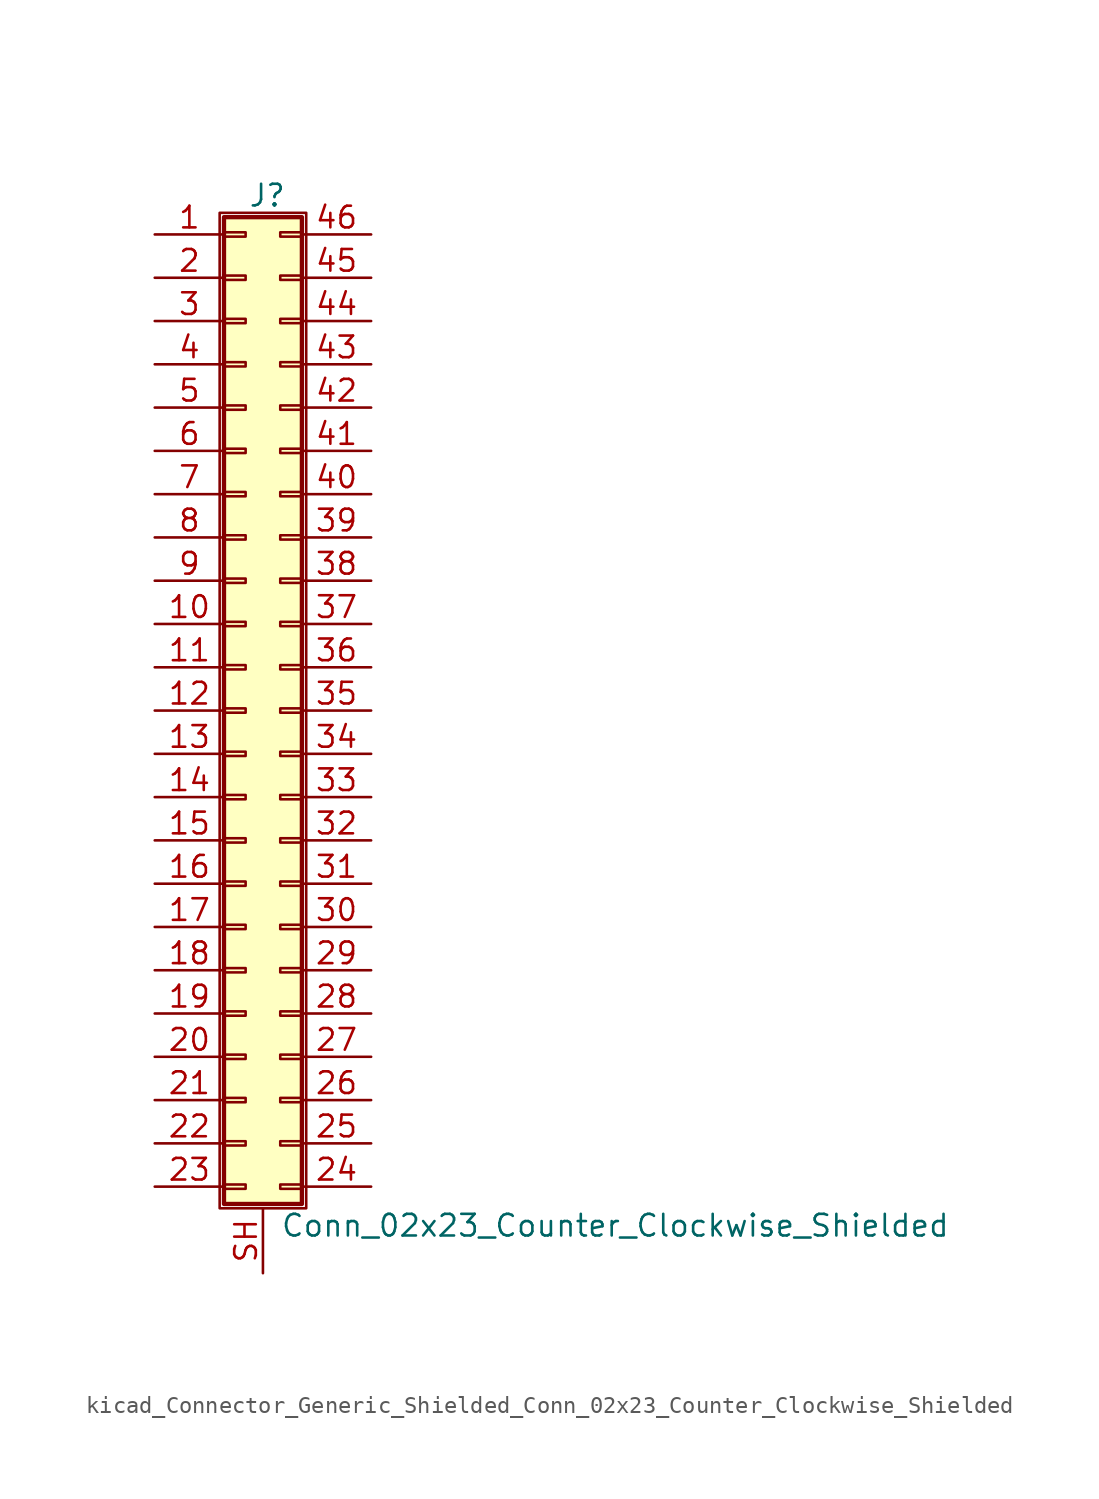
<source format=kicad_sym>
(kicad_symbol_lib
  (version 20220914)
  (generator kicad_symbol_editor)
  (symbol "kicad_Connector_Generic_Shielded_Conn_02x23_Counter_Clockwise_Shielded"
    (pin_names
      (offset 1.016) hide)
    (property "Reference" "J"
      (at 1.524 30.226 0)
      (effects (font (size 1.27 1.27))))
    (property "Value" "Conn_02x23_Counter_Clockwise_Shielded"
      (at 2.286 -30.226 0)
      (effects (font (size 1.27 1.27)) (justify left)))
    (symbol "kicad_Connector_Generic_Shielded_Conn_02x23_Counter_Clockwise_Shielded_1_1"
      (rectangle (start -1.27 29.21) (end 3.81 -29.21) (stroke (width 0.152) (type default)) (fill (type none)))
      (rectangle (start -1.016 -27.813) (end 0.254 -28.067) (stroke (width 0.152) (type default)) (fill (type none)))
      (rectangle (start -1.016 -25.273) (end 0.254 -25.527) (stroke (width 0.152) (type default)) (fill (type none)))
      (rectangle (start -1.016 -22.733) (end 0.254 -22.987) (stroke (width 0.152) (type default)) (fill (type none)))
      (rectangle (start -1.016 -20.193) (end 0.254 -20.447) (stroke (width 0.152) (type default)) (fill (type none)))
      (rectangle (start -1.016 -17.653) (end 0.254 -17.907) (stroke (width 0.152) (type default)) (fill (type none)))
      (rectangle (start -1.016 -15.113) (end 0.254 -15.367) (stroke (width 0.152) (type default)) (fill (type none)))
      (rectangle (start -1.016 -12.573) (end 0.254 -12.827) (stroke (width 0.152) (type default)) (fill (type none)))
      (rectangle (start -1.016 -10.033) (end 0.254 -10.287) (stroke (width 0.152) (type default)) (fill (type none)))
      (rectangle (start -1.016 -7.493) (end 0.254 -7.747) (stroke (width 0.152) (type default)) (fill (type none)))
      (rectangle (start -1.016 -4.953) (end 0.254 -5.207) (stroke (width 0.152) (type default)) (fill (type none)))
      (rectangle (start -1.016 -2.413) (end 0.254 -2.667) (stroke (width 0.152) (type default)) (fill (type none)))
      (rectangle (start -1.016 0.127) (end 0.254 -0.127) (stroke (width 0.152) (type default)) (fill (type none)))
      (rectangle (start -1.016 2.667) (end 0.254 2.413) (stroke (width 0.152) (type default)) (fill (type none)))
      (rectangle (start -1.016 5.207) (end 0.254 4.953) (stroke (width 0.152) (type default)) (fill (type none)))
      (rectangle (start -1.016 7.747) (end 0.254 7.493) (stroke (width 0.152) (type default)) (fill (type none)))
      (rectangle (start -1.016 10.287) (end 0.254 10.033) (stroke (width 0.152) (type default)) (fill (type none)))
      (rectangle (start -1.016 12.827) (end 0.254 12.573) (stroke (width 0.152) (type default)) (fill (type none)))
      (rectangle (start -1.016 15.367) (end 0.254 15.113) (stroke (width 0.152) (type default)) (fill (type none)))
      (rectangle (start -1.016 17.907) (end 0.254 17.653) (stroke (width 0.152) (type default)) (fill (type none)))
      (rectangle (start -1.016 20.447) (end 0.254 20.193) (stroke (width 0.152) (type default)) (fill (type none)))
      (rectangle (start -1.016 22.987) (end 0.254 22.733) (stroke (width 0.152) (type default)) (fill (type none)))
      (rectangle (start -1.016 25.527) (end 0.254 25.273) (stroke (width 0.152) (type default)) (fill (type none)))
      (rectangle (start -1.016 28.067) (end 0.254 27.813) (stroke (width 0.152) (type default)) (fill (type none)))
      (rectangle (start -1.016 28.956) (end 3.556 -28.956) (stroke (width 0.254) (type default)) (fill (type background)))
      (rectangle (start 3.556 -27.813) (end 2.286 -28.067) (stroke (width 0.152) (type default)) (fill (type none)))
      (rectangle (start 3.556 -25.273) (end 2.286 -25.527) (stroke (width 0.152) (type default)) (fill (type none)))
      (rectangle (start 3.556 -22.733) (end 2.286 -22.987) (stroke (width 0.152) (type default)) (fill (type none)))
      (rectangle (start 3.556 -20.193) (end 2.286 -20.447) (stroke (width 0.152) (type default)) (fill (type none)))
      (rectangle (start 3.556 -17.653) (end 2.286 -17.907) (stroke (width 0.152) (type default)) (fill (type none)))
      (rectangle (start 3.556 -15.113) (end 2.286 -15.367) (stroke (width 0.152) (type default)) (fill (type none)))
      (rectangle (start 3.556 -12.573) (end 2.286 -12.827) (stroke (width 0.152) (type default)) (fill (type none)))
      (rectangle (start 3.556 -10.033) (end 2.286 -10.287) (stroke (width 0.152) (type default)) (fill (type none)))
      (rectangle (start 3.556 -7.493) (end 2.286 -7.747) (stroke (width 0.152) (type default)) (fill (type none)))
      (rectangle (start 3.556 -4.953) (end 2.286 -5.207) (stroke (width 0.152) (type default)) (fill (type none)))
      (rectangle (start 3.556 -2.413) (end 2.286 -2.667) (stroke (width 0.152) (type default)) (fill (type none)))
      (rectangle (start 3.556 0.127) (end 2.286 -0.127) (stroke (width 0.152) (type default)) (fill (type none)))
      (rectangle (start 3.556 2.667) (end 2.286 2.413) (stroke (width 0.152) (type default)) (fill (type none)))
      (rectangle (start 3.556 5.207) (end 2.286 4.953) (stroke (width 0.152) (type default)) (fill (type none)))
      (rectangle (start 3.556 7.747) (end 2.286 7.493) (stroke (width 0.152) (type default)) (fill (type none)))
      (rectangle (start 3.556 10.287) (end 2.286 10.033) (stroke (width 0.152) (type default)) (fill (type none)))
      (rectangle (start 3.556 12.827) (end 2.286 12.573) (stroke (width 0.152) (type default)) (fill (type none)))
      (rectangle (start 3.556 15.367) (end 2.286 15.113) (stroke (width 0.152) (type default)) (fill (type none)))
      (rectangle (start 3.556 17.907) (end 2.286 17.653) (stroke (width 0.152) (type default)) (fill (type none)))
      (rectangle (start 3.556 20.447) (end 2.286 20.193) (stroke (width 0.152) (type default)) (fill (type none)))
      (rectangle (start 3.556 22.987) (end 2.286 22.733) (stroke (width 0.152) (type default)) (fill (type none)))
      (rectangle (start 3.556 25.527) (end 2.286 25.273) (stroke (width 0.152) (type default)) (fill (type none)))
      (rectangle (start 3.556 28.067) (end 2.286 27.813) (stroke (width 0.152) (type default)) (fill (type none)))
      (pin passive line (at -5.08 27.94 0) (length 4.064) (name "Pin_1" (effects (font (size 1.27 1.27)))) (number "1" (effects (font (size 1.27 1.27)))))
      (pin passive line (at -5.08 5.08 0) (length 4.064) (name "Pin_10" (effects (font (size 1.27 1.27)))) (number "10" (effects (font (size 1.27 1.27)))))
      (pin passive line (at -5.08 2.54 0) (length 4.064) (name "Pin_11" (effects (font (size 1.27 1.27)))) (number "11" (effects (font (size 1.27 1.27)))))
      (pin passive line (at -5.08 0 0) (length 4.064) (name "Pin_12" (effects (font (size 1.27 1.27)))) (number "12" (effects (font (size 1.27 1.27)))))
      (pin passive line (at -5.08 -2.54 0) (length 4.064) (name "Pin_13" (effects (font (size 1.27 1.27)))) (number "13" (effects (font (size 1.27 1.27)))))
      (pin passive line (at -5.08 -5.08 0) (length 4.064) (name "Pin_14" (effects (font (size 1.27 1.27)))) (number "14" (effects (font (size 1.27 1.27)))))
      (pin passive line (at -5.08 -7.62 0) (length 4.064) (name "Pin_15" (effects (font (size 1.27 1.27)))) (number "15" (effects (font (size 1.27 1.27)))))
      (pin passive line (at -5.08 -10.16 0) (length 4.064) (name "Pin_16" (effects (font (size 1.27 1.27)))) (number "16" (effects (font (size 1.27 1.27)))))
      (pin passive line (at -5.08 -12.7 0) (length 4.064) (name "Pin_17" (effects (font (size 1.27 1.27)))) (number "17" (effects (font (size 1.27 1.27)))))
      (pin passive line (at -5.08 -15.24 0) (length 4.064) (name "Pin_18" (effects (font (size 1.27 1.27)))) (number "18" (effects (font (size 1.27 1.27)))))
      (pin passive line (at -5.08 -17.78 0) (length 4.064) (name "Pin_19" (effects (font (size 1.27 1.27)))) (number "19" (effects (font (size 1.27 1.27)))))
      (pin passive line (at -5.08 25.4 0) (length 4.064) (name "Pin_2" (effects (font (size 1.27 1.27)))) (number "2" (effects (font (size 1.27 1.27)))))
      (pin passive line (at -5.08 -20.32 0) (length 4.064) (name "Pin_20" (effects (font (size 1.27 1.27)))) (number "20" (effects (font (size 1.27 1.27)))))
      (pin passive line (at -5.08 -22.86 0) (length 4.064) (name "Pin_21" (effects (font (size 1.27 1.27)))) (number "21" (effects (font (size 1.27 1.27)))))
      (pin passive line (at -5.08 -25.4 0) (length 4.064) (name "Pin_22" (effects (font (size 1.27 1.27)))) (number "22" (effects (font (size 1.27 1.27)))))
      (pin passive line (at -5.08 -27.94 0) (length 4.064) (name "Pin_23" (effects (font (size 1.27 1.27)))) (number "23" (effects (font (size 1.27 1.27)))))
      (pin passive line (at 7.62 -27.94 180) (length 4.064) (name "Pin_24" (effects (font (size 1.27 1.27)))) (number "24" (effects (font (size 1.27 1.27)))))
      (pin passive line (at 7.62 -25.4 180) (length 4.064) (name "Pin_25" (effects (font (size 1.27 1.27)))) (number "25" (effects (font (size 1.27 1.27)))))
      (pin passive line (at 7.62 -22.86 180) (length 4.064) (name "Pin_26" (effects (font (size 1.27 1.27)))) (number "26" (effects (font (size 1.27 1.27)))))
      (pin passive line (at 7.62 -20.32 180) (length 4.064) (name "Pin_27" (effects (font (size 1.27 1.27)))) (number "27" (effects (font (size 1.27 1.27)))))
      (pin passive line (at 7.62 -17.78 180) (length 4.064) (name "Pin_28" (effects (font (size 1.27 1.27)))) (number "28" (effects (font (size 1.27 1.27)))))
      (pin passive line (at 7.62 -15.24 180) (length 4.064) (name "Pin_29" (effects (font (size 1.27 1.27)))) (number "29" (effects (font (size 1.27 1.27)))))
      (pin passive line (at -5.08 22.86 0) (length 4.064) (name "Pin_3" (effects (font (size 1.27 1.27)))) (number "3" (effects (font (size 1.27 1.27)))))
      (pin passive line (at 7.62 -12.7 180) (length 4.064) (name "Pin_30" (effects (font (size 1.27 1.27)))) (number "30" (effects (font (size 1.27 1.27)))))
      (pin passive line (at 7.62 -10.16 180) (length 4.064) (name "Pin_31" (effects (font (size 1.27 1.27)))) (number "31" (effects (font (size 1.27 1.27)))))
      (pin passive line (at 7.62 -7.62 180) (length 4.064) (name "Pin_32" (effects (font (size 1.27 1.27)))) (number "32" (effects (font (size 1.27 1.27)))))
      (pin passive line (at 7.62 -5.08 180) (length 4.064) (name "Pin_33" (effects (font (size 1.27 1.27)))) (number "33" (effects (font (size 1.27 1.27)))))
      (pin passive line (at 7.62 -2.54 180) (length 4.064) (name "Pin_34" (effects (font (size 1.27 1.27)))) (number "34" (effects (font (size 1.27 1.27)))))
      (pin passive line (at 7.62 0 180) (length 4.064) (name "Pin_35" (effects (font (size 1.27 1.27)))) (number "35" (effects (font (size 1.27 1.27)))))
      (pin passive line (at 7.62 2.54 180) (length 4.064) (name "Pin_36" (effects (font (size 1.27 1.27)))) (number "36" (effects (font (size 1.27 1.27)))))
      (pin passive line (at 7.62 5.08 180) (length 4.064) (name "Pin_37" (effects (font (size 1.27 1.27)))) (number "37" (effects (font (size 1.27 1.27)))))
      (pin passive line (at 7.62 7.62 180) (length 4.064) (name "Pin_38" (effects (font (size 1.27 1.27)))) (number "38" (effects (font (size 1.27 1.27)))))
      (pin passive line (at 7.62 10.16 180) (length 4.064) (name "Pin_39" (effects (font (size 1.27 1.27)))) (number "39" (effects (font (size 1.27 1.27)))))
      (pin passive line (at -5.08 20.32 0) (length 4.064) (name "Pin_4" (effects (font (size 1.27 1.27)))) (number "4" (effects (font (size 1.27 1.27)))))
      (pin passive line (at 7.62 12.7 180) (length 4.064) (name "Pin_40" (effects (font (size 1.27 1.27)))) (number "40" (effects (font (size 1.27 1.27)))))
      (pin passive line (at 7.62 15.24 180) (length 4.064) (name "Pin_41" (effects (font (size 1.27 1.27)))) (number "41" (effects (font (size 1.27 1.27)))))
      (pin passive line (at 7.62 17.78 180) (length 4.064) (name "Pin_42" (effects (font (size 1.27 1.27)))) (number "42" (effects (font (size 1.27 1.27)))))
      (pin passive line (at 7.62 20.32 180) (length 4.064) (name "Pin_43" (effects (font (size 1.27 1.27)))) (number "43" (effects (font (size 1.27 1.27)))))
      (pin passive line (at 7.62 22.86 180) (length 4.064) (name "Pin_44" (effects (font (size 1.27 1.27)))) (number "44" (effects (font (size 1.27 1.27)))))
      (pin passive line (at 7.62 25.4 180) (length 4.064) (name "Pin_45" (effects (font (size 1.27 1.27)))) (number "45" (effects (font (size 1.27 1.27)))))
      (pin passive line (at 7.62 27.94 180) (length 4.064) (name "Pin_46" (effects (font (size 1.27 1.27)))) (number "46" (effects (font (size 1.27 1.27)))))
      (pin passive line (at -5.08 17.78 0) (length 4.064) (name "Pin_5" (effects (font (size 1.27 1.27)))) (number "5" (effects (font (size 1.27 1.27)))))
      (pin passive line (at -5.08 15.24 0) (length 4.064) (name "Pin_6" (effects (font (size 1.27 1.27)))) (number "6" (effects (font (size 1.27 1.27)))))
      (pin passive line (at -5.08 12.7 0) (length 4.064) (name "Pin_7" (effects (font (size 1.27 1.27)))) (number "7" (effects (font (size 1.27 1.27)))))
      (pin passive line (at -5.08 10.16 0) (length 4.064) (name "Pin_8" (effects (font (size 1.27 1.27)))) (number "8" (effects (font (size 1.27 1.27)))))
      (pin passive line (at -5.08 7.62 0) (length 4.064) (name "Pin_9" (effects (font (size 1.27 1.27)))) (number "9" (effects (font (size 1.27 1.27)))))
      (pin passive line (at 1.27 -33.02 90) (length 3.81) (name "Shield" (effects (font (size 1.27 1.27)))) (number "SH" (effects (font (size 1.27 1.27))))))))
</source>
